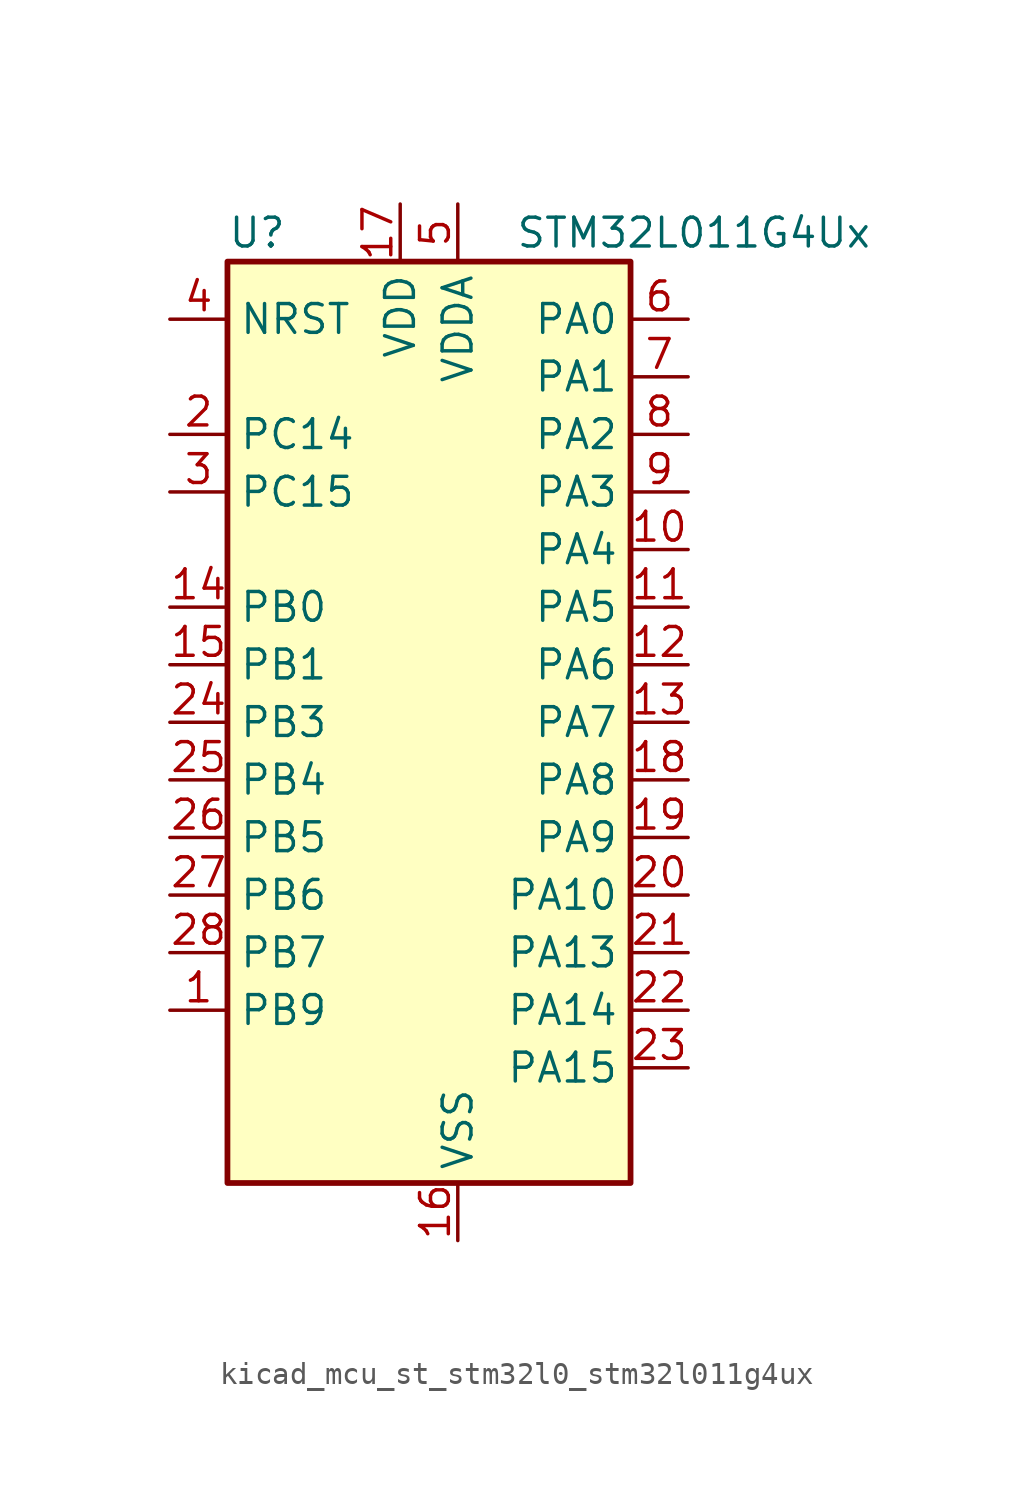
<source format=kicad_sym>
(kicad_symbol_lib
  (version 20220914)
  (generator kicad_symbol_editor)
  (symbol "kicad_mcu_st_stm32l0_stm32l011g4ux"
    (property "Reference" "U"
      (at -7.62 21.59 0)
      (effects (font (size 1.27 1.27)) (justify left)))
    (property "Value" "STM32L011G4Ux"
      (at 5.08 21.59 0)
      (effects (font (size 1.27 1.27)) (justify left)))
    (property "ki_locked" ""
      (at 0 0 0)
      (effects (font (size 1.27 1.27))))
    (symbol "kicad_mcu_st_stm32l0_stm32l011g4ux_0_1"
      (rectangle (start -7.62 -20.32) (end 10.16 20.32) (stroke (width 0.254) (type default)) (fill (type background))))
    (symbol "kicad_mcu_st_stm32l0_stm32l011g4ux_1_1"
      (pin bidirectional line (at -10.16 -12.7 0) (length 2.54) (name "PB9" (effects (font (size 1.27 1.27)))) (number "1" (effects (font (size 1.27 1.27)))))
      (pin bidirectional line (at 12.7 7.62 180) (length 2.54) (name "PA4" (effects (font (size 1.27 1.27)))) (number "10" (effects (font (size 1.27 1.27)))) (alternate "ADC_IN4" bidirectional line) (alternate "COMP1_INM" bidirectional line) (alternate "COMP2_INM" bidirectional line) (alternate "COMP2_OUT" bidirectional line) (alternate "I2C1_SCL" bidirectional line) (alternate "LPTIM1_ETR" bidirectional line) (alternate "LPTIM1_IN1" bidirectional line) (alternate "LPUART1_TX" bidirectional line) (alternate "SPI1_NSS" bidirectional line) (alternate "TIM2_ETR" bidirectional line) (alternate "USART2_CK" bidirectional line))
      (pin bidirectional line (at 12.7 5.08 180) (length 2.54) (name "PA5" (effects (font (size 1.27 1.27)))) (number "11" (effects (font (size 1.27 1.27)))) (alternate "ADC_IN5" bidirectional line) (alternate "COMP1_INM" bidirectional line) (alternate "COMP2_INM" bidirectional line) (alternate "LPTIM1_IN2" bidirectional line) (alternate "SPI1_SCK" bidirectional line) (alternate "TIM2_CH1" bidirectional line) (alternate "TIM2_ETR" bidirectional line))
      (pin bidirectional line (at 12.7 2.54 180) (length 2.54) (name "PA6" (effects (font (size 1.27 1.27)))) (number "12" (effects (font (size 1.27 1.27)))) (alternate "ADC_IN6" bidirectional line) (alternate "COMP1_OUT" bidirectional line) (alternate "LPTIM1_ETR" bidirectional line) (alternate "LPUART1_CTS" bidirectional line) (alternate "SPI1_MISO" bidirectional line))
      (pin bidirectional line (at 12.7 0 180) (length 2.54) (name "PA7" (effects (font (size 1.27 1.27)))) (number "13" (effects (font (size 1.27 1.27)))) (alternate "ADC_IN7" bidirectional line) (alternate "COMP2_INP" bidirectional line) (alternate "COMP2_OUT" bidirectional line) (alternate "LPTIM1_OUT" bidirectional line) (alternate "SPI1_MOSI" bidirectional line) (alternate "TIM21_ETR" bidirectional line) (alternate "USART2_CTS" bidirectional line))
      (pin bidirectional line (at -10.16 5.08 0) (length 2.54) (name "PB0" (effects (font (size 1.27 1.27)))) (number "14" (effects (font (size 1.27 1.27)))) (alternate "ADC_IN8" bidirectional line) (alternate "SPI1_MISO" bidirectional line) (alternate "SYS_VREF_OUT_PB0" bidirectional line) (alternate "TIM2_CH2" bidirectional line) (alternate "TIM2_CH3" bidirectional line) (alternate "USART2_DE" bidirectional line) (alternate "USART2_RTS" bidirectional line))
      (pin bidirectional line (at -10.16 2.54 0) (length 2.54) (name "PB1" (effects (font (size 1.27 1.27)))) (number "15" (effects (font (size 1.27 1.27)))) (alternate "ADC_IN9" bidirectional line) (alternate "LPTIM1_IN1" bidirectional line) (alternate "LPUART1_DE" bidirectional line) (alternate "LPUART1_RTS" bidirectional line) (alternate "SPI1_MOSI" bidirectional line) (alternate "SYS_VREF_OUT_PB1" bidirectional line) (alternate "TIM2_CH4" bidirectional line) (alternate "USART2_CK" bidirectional line))
      (pin power_in line (at 2.54 -22.86 90) (length 2.54) (name "VSS" (effects (font (size 1.27 1.27)))) (number "16" (effects (font (size 1.27 1.27)))))
      (pin power_in line (at 0 22.86 270) (length 2.54) (name "VDD" (effects (font (size 1.27 1.27)))) (number "17" (effects (font (size 1.27 1.27)))))
      (pin bidirectional line (at 12.7 -2.54 180) (length 2.54) (name "PA8" (effects (font (size 1.27 1.27)))) (number "18" (effects (font (size 1.27 1.27)))) (alternate "LPTIM1_IN1" bidirectional line) (alternate "RCC_MCO" bidirectional line) (alternate "TIM2_CH1" bidirectional line) (alternate "USART2_CK" bidirectional line))
      (pin bidirectional line (at 12.7 -5.08 180) (length 2.54) (name "PA9" (effects (font (size 1.27 1.27)))) (number "19" (effects (font (size 1.27 1.27)))) (alternate "COMP1_OUT" bidirectional line) (alternate "I2C1_SCL" bidirectional line) (alternate "LPTIM1_OUT" bidirectional line) (alternate "RCC_MCO" bidirectional line) (alternate "TIM21_CH2" bidirectional line) (alternate "USART2_TX" bidirectional line))
      (pin bidirectional line (at -10.16 12.7 0) (length 2.54) (name "PC14" (effects (font (size 1.27 1.27)))) (number "2" (effects (font (size 1.27 1.27)))) (alternate "RCC_OSC32_IN" bidirectional line))
      (pin bidirectional line (at 12.7 -7.62 180) (length 2.54) (name "PA10" (effects (font (size 1.27 1.27)))) (number "20" (effects (font (size 1.27 1.27)))) (alternate "COMP1_OUT" bidirectional line) (alternate "I2C1_SDA" bidirectional line) (alternate "RTC_REFIN" bidirectional line) (alternate "TIM21_CH1" bidirectional line) (alternate "TIM2_CH3" bidirectional line) (alternate "USART2_RX" bidirectional line))
      (pin bidirectional line (at 12.7 -10.16 180) (length 2.54) (name "PA13" (effects (font (size 1.27 1.27)))) (number "21" (effects (font (size 1.27 1.27)))) (alternate "COMP1_OUT" bidirectional line) (alternate "I2C1_SDA" bidirectional line) (alternate "LPTIM1_ETR" bidirectional line) (alternate "LPUART1_RX" bidirectional line) (alternate "SPI1_SCK" bidirectional line) (alternate "SYS_SWDIO" bidirectional line))
      (pin bidirectional line (at 12.7 -12.7 180) (length 2.54) (name "PA14" (effects (font (size 1.27 1.27)))) (number "22" (effects (font (size 1.27 1.27)))) (alternate "COMP2_OUT" bidirectional line) (alternate "I2C1_SMBA" bidirectional line) (alternate "LPTIM1_OUT" bidirectional line) (alternate "LPUART1_TX" bidirectional line) (alternate "SPI1_MISO" bidirectional line) (alternate "SYS_SWCLK" bidirectional line) (alternate "USART2_TX" bidirectional line))
      (pin bidirectional line (at 12.7 -15.24 180) (length 2.54) (name "PA15" (effects (font (size 1.27 1.27)))) (number "23" (effects (font (size 1.27 1.27)))) (alternate "SPI1_NSS" bidirectional line) (alternate "TIM2_CH1" bidirectional line) (alternate "TIM2_ETR" bidirectional line) (alternate "USART2_RX" bidirectional line))
      (pin bidirectional line (at -10.16 0 0) (length 2.54) (name "PB3" (effects (font (size 1.27 1.27)))) (number "24" (effects (font (size 1.27 1.27)))) (alternate "COMP2_INM" bidirectional line) (alternate "SPI1_SCK" bidirectional line) (alternate "TIM2_CH2" bidirectional line))
      (pin bidirectional line (at -10.16 -2.54 0) (length 2.54) (name "PB4" (effects (font (size 1.27 1.27)))) (number "25" (effects (font (size 1.27 1.27)))) (alternate "COMP2_INP" bidirectional line) (alternate "SPI1_MISO" bidirectional line))
      (pin bidirectional line (at -10.16 -5.08 0) (length 2.54) (name "PB5" (effects (font (size 1.27 1.27)))) (number "26" (effects (font (size 1.27 1.27)))) (alternate "COMP2_INP" bidirectional line) (alternate "I2C1_SMBA" bidirectional line) (alternate "LPTIM1_IN1" bidirectional line) (alternate "SPI1_MOSI" bidirectional line) (alternate "TIM21_CH1" bidirectional line))
      (pin bidirectional line (at -10.16 -7.62 0) (length 2.54) (name "PB6" (effects (font (size 1.27 1.27)))) (number "27" (effects (font (size 1.27 1.27)))) (alternate "COMP2_INP" bidirectional line) (alternate "I2C1_SCL" bidirectional line) (alternate "LPTIM1_ETR" bidirectional line) (alternate "LPUART1_TX" bidirectional line) (alternate "TIM2_CH3" bidirectional line) (alternate "USART2_TX" bidirectional line))
      (pin bidirectional line (at -10.16 -10.16 0) (length 2.54) (name "PB7" (effects (font (size 1.27 1.27)))) (number "28" (effects (font (size 1.27 1.27)))) (alternate "COMP2_INP" bidirectional line) (alternate "I2C1_SDA" bidirectional line) (alternate "LPTIM1_IN2" bidirectional line) (alternate "LPUART1_RX" bidirectional line) (alternate "SYS_PVD_IN" bidirectional line) (alternate "TIM2_CH4" bidirectional line) (alternate "USART2_RX" bidirectional line))
      (pin bidirectional line (at -10.16 10.16 0) (length 2.54) (name "PC15" (effects (font (size 1.27 1.27)))) (number "3" (effects (font (size 1.27 1.27)))) (alternate "RCC_OSC32_OUT" bidirectional line))
      (pin input line (at -10.16 17.78 0) (length 2.54) (name "NRST" (effects (font (size 1.27 1.27)))) (number "4" (effects (font (size 1.27 1.27)))))
      (pin power_in line (at 2.54 22.86 270) (length 2.54) (name "VDDA" (effects (font (size 1.27 1.27)))) (number "5" (effects (font (size 1.27 1.27)))))
      (pin bidirectional line (at 12.7 17.78 180) (length 2.54) (name "PA0" (effects (font (size 1.27 1.27)))) (number "6" (effects (font (size 1.27 1.27)))) (alternate "ADC_IN0" bidirectional line) (alternate "COMP1_INM" bidirectional line) (alternate "COMP1_OUT" bidirectional line) (alternate "LPTIM1_IN1" bidirectional line) (alternate "LPUART1_RX" bidirectional line) (alternate "RCC_CK_IN" bidirectional line) (alternate "RTC_TAMP2" bidirectional line) (alternate "SYS_WKUP1" bidirectional line) (alternate "TIM2_CH1" bidirectional line) (alternate "TIM2_ETR" bidirectional line) (alternate "USART2_CTS" bidirectional line) (alternate "USART2_RX" bidirectional line))
      (pin bidirectional line (at 12.7 15.24 180) (length 2.54) (name "PA1" (effects (font (size 1.27 1.27)))) (number "7" (effects (font (size 1.27 1.27)))) (alternate "ADC_IN1" bidirectional line) (alternate "COMP1_INP" bidirectional line) (alternate "I2C1_SMBA" bidirectional line) (alternate "LPTIM1_IN2" bidirectional line) (alternate "LPUART1_TX" bidirectional line) (alternate "TIM21_ETR" bidirectional line) (alternate "TIM2_CH2" bidirectional line) (alternate "USART2_DE" bidirectional line) (alternate "USART2_RTS" bidirectional line))
      (pin bidirectional line (at 12.7 12.7 180) (length 2.54) (name "PA2" (effects (font (size 1.27 1.27)))) (number "8" (effects (font (size 1.27 1.27)))) (alternate "ADC_IN2" bidirectional line) (alternate "COMP2_INM" bidirectional line) (alternate "COMP2_OUT" bidirectional line) (alternate "LPUART1_TX" bidirectional line) (alternate "RTC_OUT_ALARM" bidirectional line) (alternate "RTC_OUT_CALIB" bidirectional line) (alternate "RTC_TAMP3" bidirectional line) (alternate "RTC_TS" bidirectional line) (alternate "SYS_WKUP3" bidirectional line) (alternate "TIM21_CH1" bidirectional line) (alternate "TIM2_CH3" bidirectional line) (alternate "USART2_TX" bidirectional line))
      (pin bidirectional line (at 12.7 10.16 180) (length 2.54) (name "PA3" (effects (font (size 1.27 1.27)))) (number "9" (effects (font (size 1.27 1.27)))) (alternate "ADC_IN3" bidirectional line) (alternate "COMP2_INP" bidirectional line) (alternate "LPUART1_RX" bidirectional line) (alternate "TIM21_CH2" bidirectional line) (alternate "TIM2_CH4" bidirectional line) (alternate "USART2_RX" bidirectional line)))))
</source>
